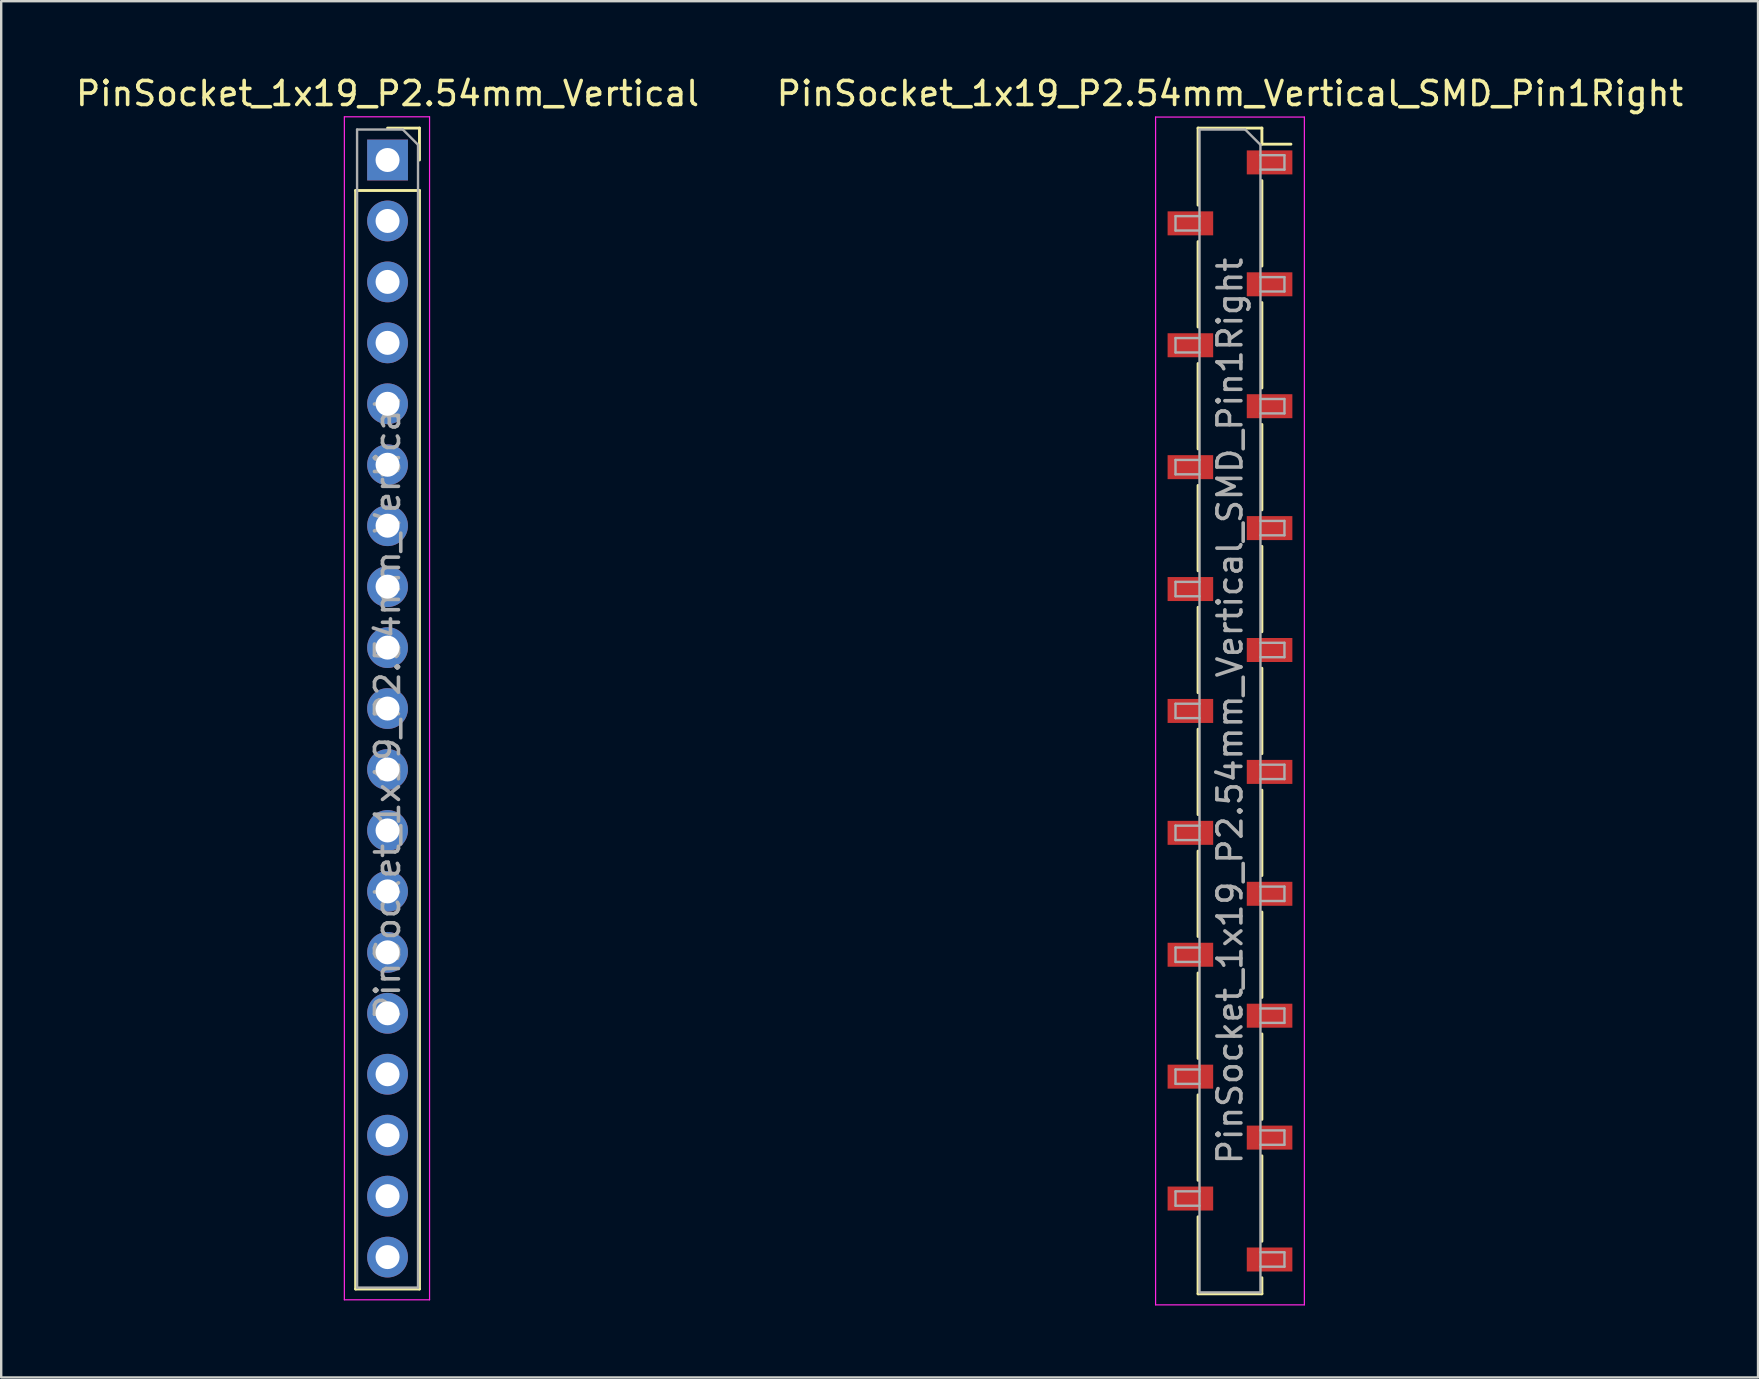
<source format=kicad_pcb>
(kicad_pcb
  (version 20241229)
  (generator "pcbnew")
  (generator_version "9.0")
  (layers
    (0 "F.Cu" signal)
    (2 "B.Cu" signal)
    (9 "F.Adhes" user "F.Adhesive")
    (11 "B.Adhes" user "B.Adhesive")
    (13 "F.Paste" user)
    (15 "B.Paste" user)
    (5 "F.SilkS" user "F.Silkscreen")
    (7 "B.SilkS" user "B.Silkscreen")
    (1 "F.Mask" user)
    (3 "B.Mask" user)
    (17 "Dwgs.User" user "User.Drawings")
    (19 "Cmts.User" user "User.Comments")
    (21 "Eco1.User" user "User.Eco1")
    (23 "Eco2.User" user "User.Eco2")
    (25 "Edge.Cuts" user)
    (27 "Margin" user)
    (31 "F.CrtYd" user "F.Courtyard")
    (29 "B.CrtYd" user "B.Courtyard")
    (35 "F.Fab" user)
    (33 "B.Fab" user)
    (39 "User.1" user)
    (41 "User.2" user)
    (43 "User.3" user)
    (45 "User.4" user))
  (footprint "PinSocket_1x19_P2.54mm_Vertical"
    (layer "F.Cu")
    (at 13.101 3.618)
    (property "Reference" "PinSocket_1x19_P2.54mm_Vertical" (at 0 -2.77 0) (layer "F.SilkS") (effects (font (size 1 1) (thickness 0.15))))
    (attr through_hole)
    (fp_line (start -1.33 1.27) (end -1.33 47.05) (stroke (width 0.12) (type solid)) (layer "F.SilkS"))
    (fp_line (start -1.33 1.27) (end 1.33 1.27) (stroke (width 0.12) (type solid)) (layer "F.SilkS"))
    (fp_line (start -1.33 47.05) (end 1.33 47.05) (stroke (width 0.12) (type solid)) (layer "F.SilkS"))
    (fp_line (start 0 -1.33) (end 1.33 -1.33) (stroke (width 0.12) (type solid)) (layer "F.SilkS"))
    (fp_line (start 1.33 -1.33) (end 1.33 0) (stroke (width 0.12) (type solid)) (layer "F.SilkS"))
    (fp_line (start 1.33 1.27) (end 1.33 47.05) (stroke (width 0.12) (type solid)) (layer "F.SilkS"))
    (fp_line (start -1.8 -1.8) (end 1.75 -1.8) (stroke (width 0.05) (type solid)) (layer "F.CrtYd"))
    (fp_line (start -1.8 47.5) (end -1.8 -1.8) (stroke (width 0.05) (type solid)) (layer "F.CrtYd"))
    (fp_line (start 1.75 -1.8) (end 1.75 47.5) (stroke (width 0.05) (type solid)) (layer "F.CrtYd"))
    (fp_line (start 1.75 47.5) (end -1.8 47.5) (stroke (width 0.05) (type solid)) (layer "F.CrtYd"))
    (fp_line (start -1.27 -1.27) (end 0.635 -1.27) (stroke (width 0.1) (type solid)) (layer "F.Fab"))
    (fp_line (start -1.27 46.99) (end -1.27 -1.27) (stroke (width 0.1) (type solid)) (layer "F.Fab"))
    (fp_line (start 0.635 -1.27) (end 1.27 -0.635) (stroke (width 0.1) (type solid)) (layer "F.Fab"))
    (fp_line (start 1.27 -0.635) (end 1.27 46.99) (stroke (width 0.1) (type solid)) (layer "F.Fab"))
    (fp_line (start 1.27 46.99) (end -1.27 46.99) (stroke (width 0.1) (type solid)) (layer "F.Fab"))
    (fp_text user "${REFERENCE}" (at 0 22.86 90) (layer "F.Fab") (effects (font (size 1 1) (thickness 0.15))))
    (pad "1" thru_hole rect (at 0 0) (size 1.7 1.7) (drill 1) (layers "*.Cu" "*.Mask"))
    (pad "2" thru_hole oval (at 0 2.54) (size 1.7 1.7) (drill 1) (layers "*.Cu" "*.Mask"))
    (pad "3" thru_hole oval (at 0 5.08) (size 1.7 1.7) (drill 1) (layers "*.Cu" "*.Mask"))
    (pad "4" thru_hole oval (at 0 7.62) (size 1.7 1.7) (drill 1) (layers "*.Cu" "*.Mask"))
    (pad "5" thru_hole oval (at 0 10.16) (size 1.7 1.7) (drill 1) (layers "*.Cu" "*.Mask"))
    (pad "6" thru_hole oval (at 0 12.7) (size 1.7 1.7) (drill 1) (layers "*.Cu" "*.Mask"))
    (pad "7" thru_hole oval (at 0 15.24) (size 1.7 1.7) (drill 1) (layers "*.Cu" "*.Mask"))
    (pad "8" thru_hole oval (at 0 17.78) (size 1.7 1.7) (drill 1) (layers "*.Cu" "*.Mask"))
    (pad "9" thru_hole oval (at 0 20.32) (size 1.7 1.7) (drill 1) (layers "*.Cu" "*.Mask"))
    (pad "10" thru_hole oval (at 0 22.86) (size 1.7 1.7) (drill 1) (layers "*.Cu" "*.Mask"))
    (pad "11" thru_hole oval (at 0 25.4) (size 1.7 1.7) (drill 1) (layers "*.Cu" "*.Mask"))
    (pad "12" thru_hole oval (at 0 27.94) (size 1.7 1.7) (drill 1) (layers "*.Cu" "*.Mask"))
    (pad "13" thru_hole oval (at 0 30.48) (size 1.7 1.7) (drill 1) (layers "*.Cu" "*.Mask"))
    (pad "14" thru_hole oval (at 0 33.02) (size 1.7 1.7) (drill 1) (layers "*.Cu" "*.Mask"))
    (pad "15" thru_hole oval (at 0 35.56) (size 1.7 1.7) (drill 1) (layers "*.Cu" "*.Mask"))
    (pad "16" thru_hole oval (at 0 38.1) (size 1.7 1.7) (drill 1) (layers "*.Cu" "*.Mask"))
    (pad "17" thru_hole oval (at 0 40.64) (size 1.7 1.7) (drill 1) (layers "*.Cu" "*.Mask"))
    (pad "18" thru_hole oval (at 0 43.18) (size 1.7 1.7) (drill 1) (layers "*.Cu" "*.Mask"))
    (pad "19" thru_hole oval (at 0 45.72) (size 1.7 1.7) (drill 1) (layers "*.Cu" "*.Mask")))
  (footprint "PinSocket_1x19_P2.54mm_Vertical_SMD_Pin1Right"
    (layer "F.Cu")
    (at 48.208 26.578)
    (property "Reference" "PinSocket_1x19_P2.54mm_Vertical_SMD_Pin1Right" (at 0 -25.73 0) (layer "F.SilkS") (effects (font (size 1 1) (thickness 0.15))))
    (attr smd)
    (fp_line (start -1.33 -24.29) (end -1.33 -21.08) (stroke (width 0.12) (type solid)) (layer "F.SilkS"))
    (fp_line (start -1.33 -24.29) (end 1.33 -24.29) (stroke (width 0.12) (type solid)) (layer "F.SilkS"))
    (fp_line (start -1.33 -19.56) (end -1.33 -16) (stroke (width 0.12) (type solid)) (layer "F.SilkS"))
    (fp_line (start -1.33 -14.48) (end -1.33 -10.92) (stroke (width 0.12) (type solid)) (layer "F.SilkS"))
    (fp_line (start -1.33 -9.4) (end -1.33 -5.84) (stroke (width 0.12) (type solid)) (layer "F.SilkS"))
    (fp_line (start -1.33 -4.32) (end -1.33 -0.76) (stroke (width 0.12) (type solid)) (layer "F.SilkS"))
    (fp_line (start -1.33 0.76) (end -1.33 4.32) (stroke (width 0.12) (type solid)) (layer "F.SilkS"))
    (fp_line (start -1.33 5.84) (end -1.33 9.4) (stroke (width 0.12) (type solid)) (layer "F.SilkS"))
    (fp_line (start -1.33 10.92) (end -1.33 14.48) (stroke (width 0.12) (type solid)) (layer "F.SilkS"))
    (fp_line (start -1.33 16) (end -1.33 19.56) (stroke (width 0.12) (type solid)) (layer "F.SilkS"))
    (fp_line (start -1.33 21.08) (end -1.33 24.29) (stroke (width 0.12) (type solid)) (layer "F.SilkS"))
    (fp_line (start -1.33 24.29) (end 1.33 24.29) (stroke (width 0.12) (type solid)) (layer "F.SilkS"))
    (fp_line (start 1.33 -24.29) (end 1.33 -23.62) (stroke (width 0.12) (type solid)) (layer "F.SilkS"))
    (fp_line (start 1.33 -23.62) (end 2.54 -23.62) (stroke (width 0.12) (type solid)) (layer "F.SilkS"))
    (fp_line (start 1.33 -22.1) (end 1.33 -18.54) (stroke (width 0.12) (type solid)) (layer "F.SilkS"))
    (fp_line (start 1.33 -17.02) (end 1.33 -13.46) (stroke (width 0.12) (type solid)) (layer "F.SilkS"))
    (fp_line (start 1.33 -11.94) (end 1.33 -8.38) (stroke (width 0.12) (type solid)) (layer "F.SilkS"))
    (fp_line (start 1.33 -6.86) (end 1.33 -3.3) (stroke (width 0.12) (type solid)) (layer "F.SilkS"))
    (fp_line (start 1.33 -1.78) (end 1.33 1.78) (stroke (width 0.12) (type solid)) (layer "F.SilkS"))
    (fp_line (start 1.33 3.3) (end 1.33 6.86) (stroke (width 0.12) (type solid)) (layer "F.SilkS"))
    (fp_line (start 1.33 8.38) (end 1.33 11.94) (stroke (width 0.12) (type solid)) (layer "F.SilkS"))
    (fp_line (start 1.33 13.46) (end 1.33 17.02) (stroke (width 0.12) (type solid)) (layer "F.SilkS"))
    (fp_line (start 1.33 18.54) (end 1.33 22.1) (stroke (width 0.12) (type solid)) (layer "F.SilkS"))
    (fp_line (start 1.33 23.62) (end 1.33 24.29) (stroke (width 0.12) (type solid)) (layer "F.SilkS"))
    (fp_line (start -3.1 -24.75) (end 3.1 -24.75) (stroke (width 0.05) (type solid)) (layer "F.CrtYd"))
    (fp_line (start -3.1 24.75) (end -3.1 -24.75) (stroke (width 0.05) (type solid)) (layer "F.CrtYd"))
    (fp_line (start 3.1 -24.75) (end 3.1 24.75) (stroke (width 0.05) (type solid)) (layer "F.CrtYd"))
    (fp_line (start 3.1 24.75) (end -3.1 24.75) (stroke (width 0.05) (type solid)) (layer "F.CrtYd"))
    (fp_line (start -2.27 -20.62) (end -1.27 -20.62) (stroke (width 0.1) (type solid)) (layer "F.Fab"))
    (fp_line (start -2.27 -20.02) (end -2.27 -20.62) (stroke (width 0.1) (type solid)) (layer "F.Fab"))
    (fp_line (start -2.27 -15.54) (end -1.27 -15.54) (stroke (width 0.1) (type solid)) (layer "F.Fab"))
    (fp_line (start -2.27 -14.94) (end -2.27 -15.54) (stroke (width 0.1) (type solid)) (layer "F.Fab"))
    (fp_line (start -2.27 -10.46) (end -1.27 -10.46) (stroke (width 0.1) (type solid)) (layer "F.Fab"))
    (fp_line (start -2.27 -9.86) (end -2.27 -10.46) (stroke (width 0.1) (type solid)) (layer "F.Fab"))
    (fp_line (start -2.27 -5.38) (end -1.27 -5.38) (stroke (width 0.1) (type solid)) (layer "F.Fab"))
    (fp_line (start -2.27 -4.78) (end -2.27 -5.38) (stroke (width 0.1) (type solid)) (layer "F.Fab"))
    (fp_line (start -2.27 -0.3) (end -1.27 -0.3) (stroke (width 0.1) (type solid)) (layer "F.Fab"))
    (fp_line (start -2.27 0.3) (end -2.27 -0.3) (stroke (width 0.1) (type solid)) (layer "F.Fab"))
    (fp_line (start -2.27 4.78) (end -1.27 4.78) (stroke (width 0.1) (type solid)) (layer "F.Fab"))
    (fp_line (start -2.27 5.38) (end -2.27 4.78) (stroke (width 0.1) (type solid)) (layer "F.Fab"))
    (fp_line (start -2.27 9.86) (end -1.27 9.86) (stroke (width 0.1) (type solid)) (layer "F.Fab"))
    (fp_line (start -2.27 10.46) (end -2.27 9.86) (stroke (width 0.1) (type solid)) (layer "F.Fab"))
    (fp_line (start -2.27 14.94) (end -1.27 14.94) (stroke (width 0.1) (type solid)) (layer "F.Fab"))
    (fp_line (start -2.27 15.54) (end -2.27 14.94) (stroke (width 0.1) (type solid)) (layer "F.Fab"))
    (fp_line (start -2.27 20.02) (end -1.27 20.02) (stroke (width 0.1) (type solid)) (layer "F.Fab"))
    (fp_line (start -2.27 20.62) (end -2.27 20.02) (stroke (width 0.1) (type solid)) (layer "F.Fab"))
    (fp_line (start -1.27 -24.23) (end 0.635 -24.23) (stroke (width 0.1) (type solid)) (layer "F.Fab"))
    (fp_line (start -1.27 -20.02) (end -2.27 -20.02) (stroke (width 0.1) (type solid)) (layer "F.Fab"))
    (fp_line (start -1.27 -14.94) (end -2.27 -14.94) (stroke (width 0.1) (type solid)) (layer "F.Fab"))
    (fp_line (start -1.27 -9.86) (end -2.27 -9.86) (stroke (width 0.1) (type solid)) (layer "F.Fab"))
    (fp_line (start -1.27 -4.78) (end -2.27 -4.78) (stroke (width 0.1) (type solid)) (layer "F.Fab"))
    (fp_line (start -1.27 0.3) (end -2.27 0.3) (stroke (width 0.1) (type solid)) (layer "F.Fab"))
    (fp_line (start -1.27 5.38) (end -2.27 5.38) (stroke (width 0.1) (type solid)) (layer "F.Fab"))
    (fp_line (start -1.27 10.46) (end -2.27 10.46) (stroke (width 0.1) (type solid)) (layer "F.Fab"))
    (fp_line (start -1.27 15.54) (end -2.27 15.54) (stroke (width 0.1) (type solid)) (layer "F.Fab"))
    (fp_line (start -1.27 20.62) (end -2.27 20.62) (stroke (width 0.1) (type solid)) (layer "F.Fab"))
    (fp_line (start -1.27 24.23) (end -1.27 -24.23) (stroke (width 0.1) (type solid)) (layer "F.Fab"))
    (fp_line (start 0.635 -24.23) (end 1.27 -23.595) (stroke (width 0.1) (type solid)) (layer "F.Fab"))
    (fp_line (start 1.27 -23.595) (end 1.27 24.23) (stroke (width 0.1) (type solid)) (layer "F.Fab"))
    (fp_line (start 1.27 -23.16) (end 2.27 -23.16) (stroke (width 0.1) (type solid)) (layer "F.Fab"))
    (fp_line (start 1.27 -18.08) (end 2.27 -18.08) (stroke (width 0.1) (type solid)) (layer "F.Fab"))
    (fp_line (start 1.27 -13) (end 2.27 -13) (stroke (width 0.1) (type solid)) (layer "F.Fab"))
    (fp_line (start 1.27 -7.92) (end 2.27 -7.92) (stroke (width 0.1) (type solid)) (layer "F.Fab"))
    (fp_line (start 1.27 -2.84) (end 2.27 -2.84) (stroke (width 0.1) (type solid)) (layer "F.Fab"))
    (fp_line (start 1.27 2.24) (end 2.27 2.24) (stroke (width 0.1) (type solid)) (layer "F.Fab"))
    (fp_line (start 1.27 7.32) (end 2.27 7.32) (stroke (width 0.1) (type solid)) (layer "F.Fab"))
    (fp_line (start 1.27 12.4) (end 2.27 12.4) (stroke (width 0.1) (type solid)) (layer "F.Fab"))
    (fp_line (start 1.27 17.48) (end 2.27 17.48) (stroke (width 0.1) (type solid)) (layer "F.Fab"))
    (fp_line (start 1.27 22.56) (end 2.27 22.56) (stroke (width 0.1) (type solid)) (layer "F.Fab"))
    (fp_line (start 1.27 24.23) (end -1.27 24.23) (stroke (width 0.1) (type solid)) (layer "F.Fab"))
    (fp_line (start 2.27 -23.16) (end 2.27 -22.56) (stroke (width 0.1) (type solid)) (layer "F.Fab"))
    (fp_line (start 2.27 -22.56) (end 1.27 -22.56) (stroke (width 0.1) (type solid)) (layer "F.Fab"))
    (fp_line (start 2.27 -18.08) (end 2.27 -17.48) (stroke (width 0.1) (type solid)) (layer "F.Fab"))
    (fp_line (start 2.27 -17.48) (end 1.27 -17.48) (stroke (width 0.1) (type solid)) (layer "F.Fab"))
    (fp_line (start 2.27 -13) (end 2.27 -12.4) (stroke (width 0.1) (type solid)) (layer "F.Fab"))
    (fp_line (start 2.27 -12.4) (end 1.27 -12.4) (stroke (width 0.1) (type solid)) (layer "F.Fab"))
    (fp_line (start 2.27 -7.92) (end 2.27 -7.32) (stroke (width 0.1) (type solid)) (layer "F.Fab"))
    (fp_line (start 2.27 -7.32) (end 1.27 -7.32) (stroke (width 0.1) (type solid)) (layer "F.Fab"))
    (fp_line (start 2.27 -2.84) (end 2.27 -2.24) (stroke (width 0.1) (type solid)) (layer "F.Fab"))
    (fp_line (start 2.27 -2.24) (end 1.27 -2.24) (stroke (width 0.1) (type solid)) (layer "F.Fab"))
    (fp_line (start 2.27 2.24) (end 2.27 2.84) (stroke (width 0.1) (type solid)) (layer "F.Fab"))
    (fp_line (start 2.27 2.84) (end 1.27 2.84) (stroke (width 0.1) (type solid)) (layer "F.Fab"))
    (fp_line (start 2.27 7.32) (end 2.27 7.92) (stroke (width 0.1) (type solid)) (layer "F.Fab"))
    (fp_line (start 2.27 7.92) (end 1.27 7.92) (stroke (width 0.1) (type solid)) (layer "F.Fab"))
    (fp_line (start 2.27 12.4) (end 2.27 13) (stroke (width 0.1) (type solid)) (layer "F.Fab"))
    (fp_line (start 2.27 13) (end 1.27 13) (stroke (width 0.1) (type solid)) (layer "F.Fab"))
    (fp_line (start 2.27 17.48) (end 2.27 18.08) (stroke (width 0.1) (type solid)) (layer "F.Fab"))
    (fp_line (start 2.27 18.08) (end 1.27 18.08) (stroke (width 0.1) (type solid)) (layer "F.Fab"))
    (fp_line (start 2.27 22.56) (end 2.27 23.16) (stroke (width 0.1) (type solid)) (layer "F.Fab"))
    (fp_line (start 2.27 23.16) (end 1.27 23.16) (stroke (width 0.1) (type solid)) (layer "F.Fab"))
    (fp_text user "${REFERENCE}" (at 0 0 90) (layer "F.Fab") (effects (font (size 1 1) (thickness 0.15))))
    (pad "1" smd rect (at 1.65 -22.86) (size 1.9 1) (layers "F.Cu" "F.Mask" "F.Paste"))
    (pad "2" smd rect (at -1.65 -20.32) (size 1.9 1) (layers "F.Cu" "F.Mask" "F.Paste"))
    (pad "3" smd rect (at 1.65 -17.78) (size 1.9 1) (layers "F.Cu" "F.Mask" "F.Paste"))
    (pad "4" smd rect (at -1.65 -15.24) (size 1.9 1) (layers "F.Cu" "F.Mask" "F.Paste"))
    (pad "5" smd rect (at 1.65 -12.7) (size 1.9 1) (layers "F.Cu" "F.Mask" "F.Paste"))
    (pad "6" smd rect (at -1.65 -10.16) (size 1.9 1) (layers "F.Cu" "F.Mask" "F.Paste"))
    (pad "7" smd rect (at 1.65 -7.62) (size 1.9 1) (layers "F.Cu" "F.Mask" "F.Paste"))
    (pad "8" smd rect (at -1.65 -5.08) (size 1.9 1) (layers "F.Cu" "F.Mask" "F.Paste"))
    (pad "9" smd rect (at 1.65 -2.54) (size 1.9 1) (layers "F.Cu" "F.Mask" "F.Paste"))
    (pad "10" smd rect (at -1.65 0) (size 1.9 1) (layers "F.Cu" "F.Mask" "F.Paste"))
    (pad "11" smd rect (at 1.65 2.54) (size 1.9 1) (layers "F.Cu" "F.Mask" "F.Paste"))
    (pad "12" smd rect (at -1.65 5.08) (size 1.9 1) (layers "F.Cu" "F.Mask" "F.Paste"))
    (pad "13" smd rect (at 1.65 7.62) (size 1.9 1) (layers "F.Cu" "F.Mask" "F.Paste"))
    (pad "14" smd rect (at -1.65 10.16) (size 1.9 1) (layers "F.Cu" "F.Mask" "F.Paste"))
    (pad "15" smd rect (at 1.65 12.7) (size 1.9 1) (layers "F.Cu" "F.Mask" "F.Paste"))
    (pad "16" smd rect (at -1.65 15.24) (size 1.9 1) (layers "F.Cu" "F.Mask" "F.Paste"))
    (pad "17" smd rect (at 1.65 17.78) (size 1.9 1) (layers "F.Cu" "F.Mask" "F.Paste"))
    (pad "18" smd rect (at -1.65 20.32) (size 1.9 1) (layers "F.Cu" "F.Mask" "F.Paste"))
    (pad "19" smd rect (at 1.65 22.86) (size 1.9 1) (layers "F.Cu" "F.Mask" "F.Paste")))
  (gr_rect
    (start -3 -3)
    (end 70.214 54.353)
    (stroke (width 0.1) (type default))
    (fill no)
    (layer "Edge.Cuts")))
</source>
